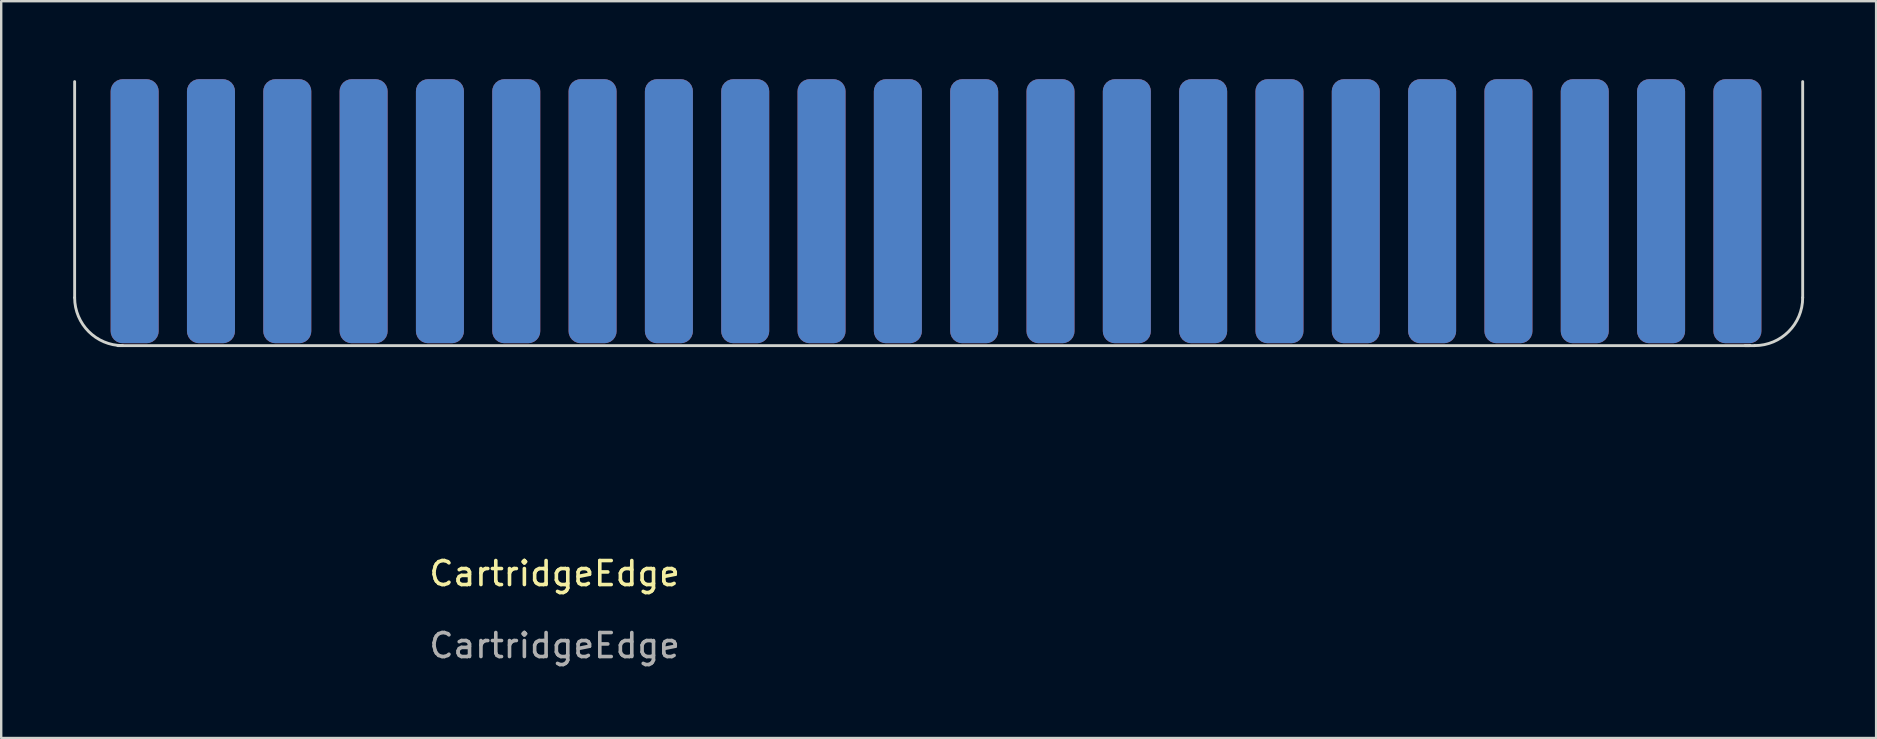
<source format=kicad_pcb>
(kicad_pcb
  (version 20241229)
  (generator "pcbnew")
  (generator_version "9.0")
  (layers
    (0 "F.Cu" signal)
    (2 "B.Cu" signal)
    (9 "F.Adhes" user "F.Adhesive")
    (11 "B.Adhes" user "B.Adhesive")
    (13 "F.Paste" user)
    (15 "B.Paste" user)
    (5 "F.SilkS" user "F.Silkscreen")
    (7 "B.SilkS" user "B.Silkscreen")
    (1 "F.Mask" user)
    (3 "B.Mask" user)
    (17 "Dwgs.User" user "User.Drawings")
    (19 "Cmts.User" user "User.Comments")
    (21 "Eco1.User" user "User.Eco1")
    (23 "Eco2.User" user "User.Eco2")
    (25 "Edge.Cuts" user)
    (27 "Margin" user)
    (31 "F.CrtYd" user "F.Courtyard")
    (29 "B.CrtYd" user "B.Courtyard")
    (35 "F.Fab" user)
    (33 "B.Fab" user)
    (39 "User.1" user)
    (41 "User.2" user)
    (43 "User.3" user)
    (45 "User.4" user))
  (footprint "CartridgeEdge"
    (layer "F.Cu")
    (at 2.96 0.25)
    (property "Reference" "CartridgeEdge" (at 17.1 20.6 0) (unlocked yes) (layer "F.SilkS") (effects (font (size 1 1) (thickness 0.15))))
    (attr smd)
    (fp_line (start -2.9 9.1) (end -2.9 0.1) (stroke (width 0.12) (type solid)) (layer "Edge.Cuts"))
    (fp_line (start -1.1 11.1) (end 66.9 11.1) (stroke (width 0.12) (type solid)) (layer "Edge.Cuts"))
    (fp_line (start 66.9 11.1) (end 66.7 11.1) (stroke (width 0.12) (type solid)) (layer "Edge.Cuts"))
    (fp_line (start 67.1 11.1) (end 66.9 11.1) (stroke (width 0.12) (type solid)) (layer "Edge.Cuts"))
    (fp_line (start 69.1 9.1) (end 69.1 0.1) (stroke (width 0.12) (type solid)) (layer "Edge.Cuts"))
    (fp_arc (start -0.9 11.1) (mid -2.314214 10.514214) (end -2.9 9.1) (stroke (width 0.12) (type solid)) (layer "Edge.Cuts"))
    (fp_arc (start 69.1 9.1) (mid 68.514214 10.514214) (end 67.1 11.1) (stroke (width 0.12) (type solid)) (layer "Edge.Cuts"))
    (fp_text user "${REFERENCE}" (at 17.1 23.6 0) (unlocked yes) (layer "F.Fab") (effects (font (size 1 1) (thickness 0.15))))
    (pad "A1" connect roundrect (at -0.4 5.5) (size 2 11) (layers "B.Cu" "B.Mask") (roundrect_rratio 0.25))
    (pad "A2" connect roundrect (at 2.78 5.5) (size 2 11) (layers "B.Cu" "B.Mask") (roundrect_rratio 0.25))
    (pad "A3" connect roundrect (at 5.96 5.5) (size 2 11) (layers "B.Cu" "B.Mask") (roundrect_rratio 0.25))
    (pad "A4" connect roundrect (at 9.14 5.5) (size 2 11) (layers "B.Cu" "B.Mask") (roundrect_rratio 0.25))
    (pad "A5" connect roundrect (at 12.32 5.5) (size 2 11) (layers "B.Cu" "B.Mask") (roundrect_rratio 0.25))
    (pad "A6" connect roundrect (at 15.5 5.5) (size 2 11) (layers "B.Cu" "B.Mask") (roundrect_rratio 0.25))
    (pad "A7" connect roundrect (at 18.68 5.5) (size 2 11) (layers "B.Cu" "B.Mask") (roundrect_rratio 0.25))
    (pad "A8" connect roundrect (at 21.86 5.5) (size 2 11) (layers "B.Cu" "B.Mask") (roundrect_rratio 0.25))
    (pad "A9" connect roundrect (at 25.04 5.5) (size 2 11) (layers "B.Cu" "B.Mask") (roundrect_rratio 0.25))
    (pad "A10" connect roundrect (at 28.22 5.5) (size 2 11) (layers "B.Cu" "B.Mask") (roundrect_rratio 0.25))
    (pad "A11" connect roundrect (at 31.4 5.5) (size 2 11) (layers "B.Cu" "B.Mask") (roundrect_rratio 0.25))
    (pad "A12" connect roundrect (at 34.58 5.5) (size 2 11) (layers "B.Cu" "B.Mask") (roundrect_rratio 0.25))
    (pad "A13" connect roundrect (at 37.76 5.5) (size 2 11) (layers "B.Cu" "B.Mask") (roundrect_rratio 0.25))
    (pad "A14" connect roundrect (at 40.94 5.5) (size 2 11) (layers "B.Cu" "B.Mask") (roundrect_rratio 0.25))
    (pad "A15" connect roundrect (at 44.12 5.5) (size 2 11) (layers "B.Cu" "B.Mask") (roundrect_rratio 0.25))
    (pad "A16" connect roundrect (at 47.3 5.5) (size 2 11) (layers "B.Cu" "B.Mask") (roundrect_rratio 0.25))
    (pad "A17" connect roundrect (at 50.48 5.5) (size 2 11) (layers "B.Cu" "B.Mask") (roundrect_rratio 0.25))
    (pad "A18" connect roundrect (at 53.66 5.5) (size 2 11) (layers "B.Cu" "B.Mask") (roundrect_rratio 0.25))
    (pad "A19" connect roundrect (at 56.84 5.5) (size 2 11) (layers "B.Cu" "B.Mask") (roundrect_rratio 0.25))
    (pad "A20" connect roundrect (at 60.02 5.5) (size 2 11) (layers "B.Cu" "B.Mask") (roundrect_rratio 0.25))
    (pad "A21" connect roundrect (at 63.2 5.5) (size 2 11) (layers "B.Cu" "B.Mask") (roundrect_rratio 0.25))
    (pad "A22" connect roundrect (at 66.38 5.5) (size 2 11) (layers "B.Cu" "B.Mask") (roundrect_rratio 0.25))
    (pad "B1" connect roundrect (at -0.4 5.5) (size 2 11) (layers "F.Cu" "F.Mask") (roundrect_rratio 0.25))
    (pad "B2" connect roundrect (at 2.78 5.5) (size 2 11) (layers "F.Cu" "F.Mask") (roundrect_rratio 0.25))
    (pad "B3" connect roundrect (at 5.96 5.5) (size 2 11) (layers "F.Cu" "F.Mask") (roundrect_rratio 0.25))
    (pad "B4" connect roundrect (at 9.14 5.5) (size 2 11) (layers "F.Cu" "F.Mask") (roundrect_rratio 0.25))
    (pad "B5" connect roundrect (at 12.32 5.5) (size 2 11) (layers "F.Cu" "F.Mask") (roundrect_rratio 0.25))
    (pad "B6" connect roundrect (at 15.5 5.5) (size 2 11) (layers "F.Cu" "F.Mask") (roundrect_rratio 0.25))
    (pad "B7" connect roundrect (at 18.68 5.5) (size 2 11) (layers "F.Cu" "F.Mask") (roundrect_rratio 0.25))
    (pad "B8" connect roundrect (at 21.86 5.5) (size 2 11) (layers "F.Cu" "F.Mask") (roundrect_rratio 0.25))
    (pad "B9" connect roundrect (at 25.04 5.5) (size 2 11) (layers "F.Cu" "F.Mask") (roundrect_rratio 0.25))
    (pad "B10" connect roundrect (at 28.22 5.5) (size 2 11) (layers "F.Cu" "F.Mask") (roundrect_rratio 0.25))
    (pad "B11" connect roundrect (at 31.4 5.5) (size 2 11) (layers "F.Cu" "F.Mask") (roundrect_rratio 0.25))
    (pad "B12" connect roundrect (at 34.58 5.5) (size 2 11) (layers "F.Cu" "F.Mask") (roundrect_rratio 0.25))
    (pad "B13" connect roundrect (at 37.76 5.5) (size 2 11) (layers "F.Cu" "F.Mask") (roundrect_rratio 0.25))
    (pad "B14" connect roundrect (at 40.94 5.5) (size 2 11) (layers "F.Cu" "F.Mask") (roundrect_rratio 0.25))
    (pad "B15" connect roundrect (at 44.12 5.5) (size 2 11) (layers "F.Cu" "F.Mask") (roundrect_rratio 0.25))
    (pad "B16" connect roundrect (at 47.3 5.5) (size 2 11) (layers "F.Cu" "F.Mask") (roundrect_rratio 0.25))
    (pad "B17" connect roundrect (at 50.48 5.5) (size 2 11) (layers "F.Cu" "F.Mask") (roundrect_rratio 0.25))
    (pad "B18" connect roundrect (at 53.66 5.5) (size 2 11) (layers "F.Cu" "F.Mask") (roundrect_rratio 0.25))
    (pad "B19" connect roundrect (at 56.84 5.5) (size 2 11) (layers "F.Cu" "F.Mask") (roundrect_rratio 0.25))
    (pad "B20" connect roundrect (at 60.02 5.5) (size 2 11) (layers "F.Cu" "F.Mask") (roundrect_rratio 0.25))
    (pad "B21" connect roundrect (at 63.2 5.5) (size 2 11) (layers "F.Cu" "F.Mask") (roundrect_rratio 0.25))
    (pad "B22" connect roundrect (at 66.38 5.5) (size 2 11) (layers "F.Cu" "F.Mask") (roundrect_rratio 0.25)))
  (gr_rect
    (start -3 -3)
    (end 75.12 27.698)
    (stroke (width 0.1) (type default))
    (fill no)
    (layer "Edge.Cuts")))
</source>
